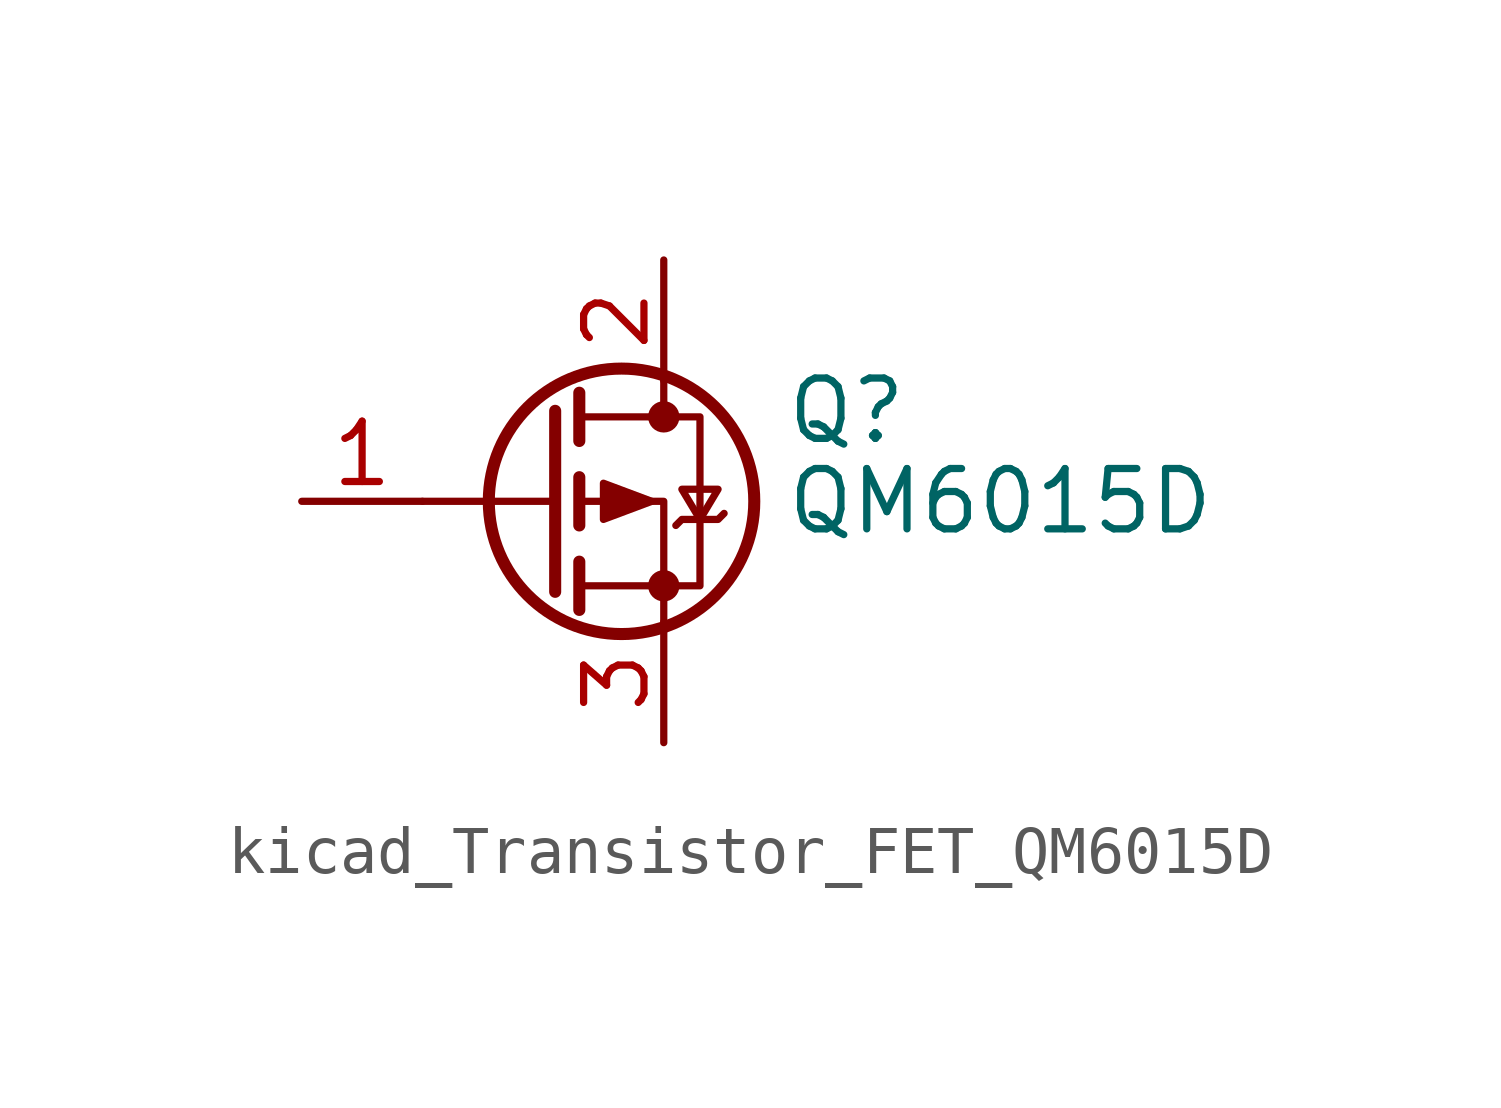
<source format=kicad_sym>
(kicad_symbol_lib
  (version 20220914)
  (generator kicad_symbol_editor)
  (symbol "kicad_Transistor_FET_QM6015D"
    (pin_names hide)
    (property "Reference" "Q"
      (at 5.08 1.905 0)
      (effects (font (size 1.27 1.27)) (justify left)))
    (property "Value" "QM6015D"
      (at 5.08 0 0)
      (effects (font (size 1.27 1.27)) (justify left)))
    (symbol "kicad_Transistor_FET_QM6015D_0_1"
      (polyline (pts (xy 0.254 0) (xy -2.54 0)) (stroke (width 0) (type default)) (fill (type none)))
      (polyline (pts (xy 0.254 1.905) (xy 0.254 -1.905)) (stroke (width 0.254) (type default)) (fill (type none)))
      (polyline (pts (xy 0.762 -1.27) (xy 0.762 -2.286)) (stroke (width 0.254) (type default)) (fill (type none)))
      (polyline (pts (xy 0.762 0.508) (xy 0.762 -0.508)) (stroke (width 0.254) (type default)) (fill (type none)))
      (polyline (pts (xy 0.762 2.286) (xy 0.762 1.27)) (stroke (width 0.254) (type default)) (fill (type none)))
      (polyline (pts (xy 2.54 2.54) (xy 2.54 1.778)) (stroke (width 0) (type default)) (fill (type none)))
      (polyline (pts (xy 2.54 -2.54) (xy 2.54 0) (xy 0.762 0)) (stroke (width 0) (type default)) (fill (type none)))
      (polyline (pts (xy 0.762 1.778) (xy 3.302 1.778) (xy 3.302 -1.778) (xy 0.762 -1.778)) (stroke (width 0) (type default)) (fill (type none)))
      (polyline (pts (xy 2.286 0) (xy 1.27 0.381) (xy 1.27 -0.381) (xy 2.286 0)) (stroke (width 0) (type default)) (fill (type outline)))
      (polyline (pts (xy 2.794 -0.508) (xy 2.921 -0.381) (xy 3.683 -0.381) (xy 3.81 -0.254)) (stroke (width 0) (type default)) (fill (type none)))
      (polyline (pts (xy 3.302 -0.381) (xy 2.921 0.254) (xy 3.683 0.254) (xy 3.302 -0.381)) (stroke (width 0) (type default)) (fill (type none)))
      (circle (center 1.651 0) (radius 2.794) (stroke (width 0.254) (type default)) (fill (type none)))
      (circle (center 2.54 -1.778) (radius 0.254) (stroke (width 0) (type default)) (fill (type outline)))
      (circle (center 2.54 1.778) (radius 0.254) (stroke (width 0) (type default)) (fill (type outline))))
    (symbol "kicad_Transistor_FET_QM6015D_1_1"
      (pin passive line (at -5.08 0 0) (length 2.54) (name "G" (effects (font (size 1.27 1.27)))) (number "1" (effects (font (size 1.27 1.27)))))
      (pin passive line (at 2.54 5.08 270) (length 2.54) (name "D" (effects (font (size 1.27 1.27)))) (number "2" (effects (font (size 1.27 1.27)))))
      (pin passive line (at 2.54 -5.08 90) (length 2.54) (name "S" (effects (font (size 1.27 1.27)))) (number "3" (effects (font (size 1.27 1.27))))))))
</source>
